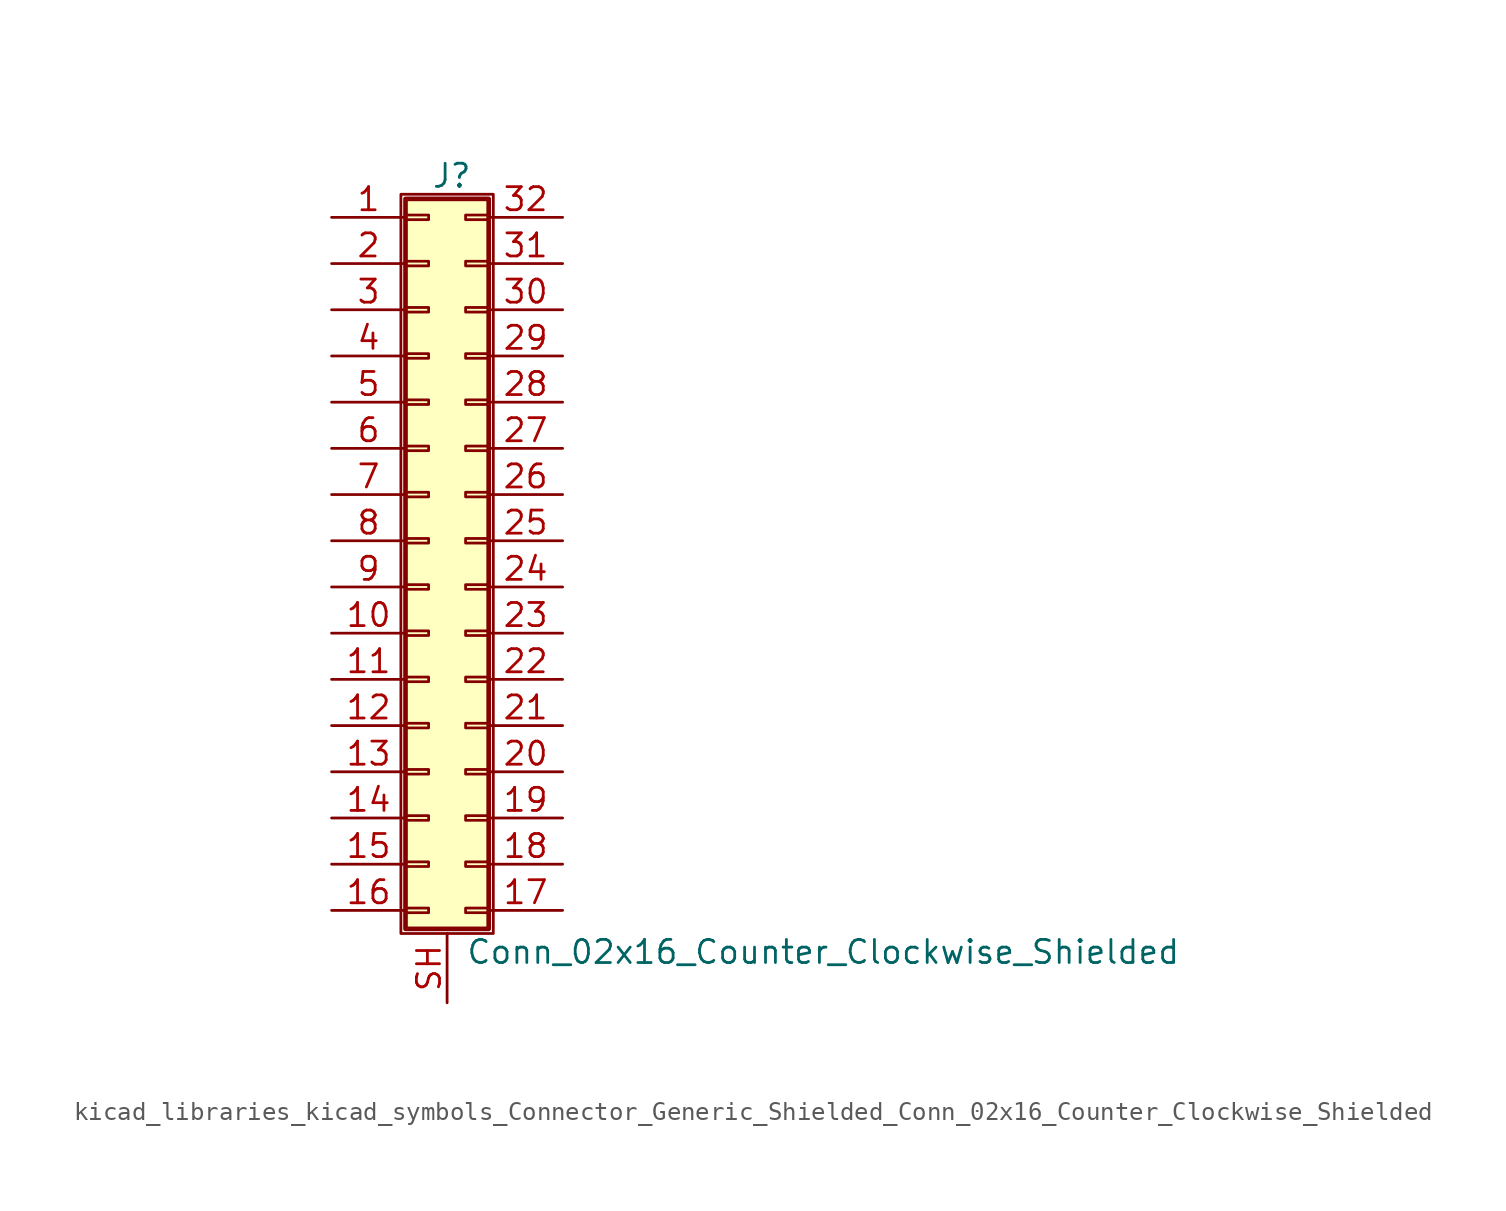
<source format=kicad_sym>
(kicad_symbol_lib
  (version 20220914)
  (generator kicad_symbol_editor)
  (symbol "kicad_libraries_kicad_symbols_Connector_Generic_Shielded_Conn_02x16_Counter_Clockwise_Shielded"
    (pin_names
      (offset 1.016) hide)
    (property "Reference" "J"
      (at 1.524 20.066 0)
      (effects (font (size 1.27 1.27))))
    (property "Value" "Conn_02x16_Counter_Clockwise_Shielded"
      (at 2.286 -22.606 0)
      (effects (font (size 1.27 1.27)) (justify left)))
    (symbol "kicad_libraries_kicad_symbols_Connector_Generic_Shielded_Conn_02x16_Counter_Clockwise_Shielded_1_1"
      (rectangle (start -1.27 19.05) (end 3.81 -21.59) (stroke (width 0.152) (type default)) (fill (type none)))
      (rectangle (start -1.016 -20.193) (end 0.254 -20.447) (stroke (width 0.152) (type default)) (fill (type none)))
      (rectangle (start -1.016 -17.653) (end 0.254 -17.907) (stroke (width 0.152) (type default)) (fill (type none)))
      (rectangle (start -1.016 -15.113) (end 0.254 -15.367) (stroke (width 0.152) (type default)) (fill (type none)))
      (rectangle (start -1.016 -12.573) (end 0.254 -12.827) (stroke (width 0.152) (type default)) (fill (type none)))
      (rectangle (start -1.016 -10.033) (end 0.254 -10.287) (stroke (width 0.152) (type default)) (fill (type none)))
      (rectangle (start -1.016 -7.493) (end 0.254 -7.747) (stroke (width 0.152) (type default)) (fill (type none)))
      (rectangle (start -1.016 -4.953) (end 0.254 -5.207) (stroke (width 0.152) (type default)) (fill (type none)))
      (rectangle (start -1.016 -2.413) (end 0.254 -2.667) (stroke (width 0.152) (type default)) (fill (type none)))
      (rectangle (start -1.016 0.127) (end 0.254 -0.127) (stroke (width 0.152) (type default)) (fill (type none)))
      (rectangle (start -1.016 2.667) (end 0.254 2.413) (stroke (width 0.152) (type default)) (fill (type none)))
      (rectangle (start -1.016 5.207) (end 0.254 4.953) (stroke (width 0.152) (type default)) (fill (type none)))
      (rectangle (start -1.016 7.747) (end 0.254 7.493) (stroke (width 0.152) (type default)) (fill (type none)))
      (rectangle (start -1.016 10.287) (end 0.254 10.033) (stroke (width 0.152) (type default)) (fill (type none)))
      (rectangle (start -1.016 12.827) (end 0.254 12.573) (stroke (width 0.152) (type default)) (fill (type none)))
      (rectangle (start -1.016 15.367) (end 0.254 15.113) (stroke (width 0.152) (type default)) (fill (type none)))
      (rectangle (start -1.016 17.907) (end 0.254 17.653) (stroke (width 0.152) (type default)) (fill (type none)))
      (rectangle (start -1.016 18.796) (end 3.556 -21.336) (stroke (width 0.254) (type default)) (fill (type background)))
      (rectangle (start 3.556 -20.193) (end 2.286 -20.447) (stroke (width 0.152) (type default)) (fill (type none)))
      (rectangle (start 3.556 -17.653) (end 2.286 -17.907) (stroke (width 0.152) (type default)) (fill (type none)))
      (rectangle (start 3.556 -15.113) (end 2.286 -15.367) (stroke (width 0.152) (type default)) (fill (type none)))
      (rectangle (start 3.556 -12.573) (end 2.286 -12.827) (stroke (width 0.152) (type default)) (fill (type none)))
      (rectangle (start 3.556 -10.033) (end 2.286 -10.287) (stroke (width 0.152) (type default)) (fill (type none)))
      (rectangle (start 3.556 -7.493) (end 2.286 -7.747) (stroke (width 0.152) (type default)) (fill (type none)))
      (rectangle (start 3.556 -4.953) (end 2.286 -5.207) (stroke (width 0.152) (type default)) (fill (type none)))
      (rectangle (start 3.556 -2.413) (end 2.286 -2.667) (stroke (width 0.152) (type default)) (fill (type none)))
      (rectangle (start 3.556 0.127) (end 2.286 -0.127) (stroke (width 0.152) (type default)) (fill (type none)))
      (rectangle (start 3.556 2.667) (end 2.286 2.413) (stroke (width 0.152) (type default)) (fill (type none)))
      (rectangle (start 3.556 5.207) (end 2.286 4.953) (stroke (width 0.152) (type default)) (fill (type none)))
      (rectangle (start 3.556 7.747) (end 2.286 7.493) (stroke (width 0.152) (type default)) (fill (type none)))
      (rectangle (start 3.556 10.287) (end 2.286 10.033) (stroke (width 0.152) (type default)) (fill (type none)))
      (rectangle (start 3.556 12.827) (end 2.286 12.573) (stroke (width 0.152) (type default)) (fill (type none)))
      (rectangle (start 3.556 15.367) (end 2.286 15.113) (stroke (width 0.152) (type default)) (fill (type none)))
      (rectangle (start 3.556 17.907) (end 2.286 17.653) (stroke (width 0.152) (type default)) (fill (type none)))
      (pin passive line (at -5.08 17.78 0) (length 4.064) (name "Pin_1" (effects (font (size 1.27 1.27)))) (number "1" (effects (font (size 1.27 1.27)))))
      (pin passive line (at -5.08 -5.08 0) (length 4.064) (name "Pin_10" (effects (font (size 1.27 1.27)))) (number "10" (effects (font (size 1.27 1.27)))))
      (pin passive line (at -5.08 -7.62 0) (length 4.064) (name "Pin_11" (effects (font (size 1.27 1.27)))) (number "11" (effects (font (size 1.27 1.27)))))
      (pin passive line (at -5.08 -10.16 0) (length 4.064) (name "Pin_12" (effects (font (size 1.27 1.27)))) (number "12" (effects (font (size 1.27 1.27)))))
      (pin passive line (at -5.08 -12.7 0) (length 4.064) (name "Pin_13" (effects (font (size 1.27 1.27)))) (number "13" (effects (font (size 1.27 1.27)))))
      (pin passive line (at -5.08 -15.24 0) (length 4.064) (name "Pin_14" (effects (font (size 1.27 1.27)))) (number "14" (effects (font (size 1.27 1.27)))))
      (pin passive line (at -5.08 -17.78 0) (length 4.064) (name "Pin_15" (effects (font (size 1.27 1.27)))) (number "15" (effects (font (size 1.27 1.27)))))
      (pin passive line (at -5.08 -20.32 0) (length 4.064) (name "Pin_16" (effects (font (size 1.27 1.27)))) (number "16" (effects (font (size 1.27 1.27)))))
      (pin passive line (at 7.62 -20.32 180) (length 4.064) (name "Pin_17" (effects (font (size 1.27 1.27)))) (number "17" (effects (font (size 1.27 1.27)))))
      (pin passive line (at 7.62 -17.78 180) (length 4.064) (name "Pin_18" (effects (font (size 1.27 1.27)))) (number "18" (effects (font (size 1.27 1.27)))))
      (pin passive line (at 7.62 -15.24 180) (length 4.064) (name "Pin_19" (effects (font (size 1.27 1.27)))) (number "19" (effects (font (size 1.27 1.27)))))
      (pin passive line (at -5.08 15.24 0) (length 4.064) (name "Pin_2" (effects (font (size 1.27 1.27)))) (number "2" (effects (font (size 1.27 1.27)))))
      (pin passive line (at 7.62 -12.7 180) (length 4.064) (name "Pin_20" (effects (font (size 1.27 1.27)))) (number "20" (effects (font (size 1.27 1.27)))))
      (pin passive line (at 7.62 -10.16 180) (length 4.064) (name "Pin_21" (effects (font (size 1.27 1.27)))) (number "21" (effects (font (size 1.27 1.27)))))
      (pin passive line (at 7.62 -7.62 180) (length 4.064) (name "Pin_22" (effects (font (size 1.27 1.27)))) (number "22" (effects (font (size 1.27 1.27)))))
      (pin passive line (at 7.62 -5.08 180) (length 4.064) (name "Pin_23" (effects (font (size 1.27 1.27)))) (number "23" (effects (font (size 1.27 1.27)))))
      (pin passive line (at 7.62 -2.54 180) (length 4.064) (name "Pin_24" (effects (font (size 1.27 1.27)))) (number "24" (effects (font (size 1.27 1.27)))))
      (pin passive line (at 7.62 0 180) (length 4.064) (name "Pin_25" (effects (font (size 1.27 1.27)))) (number "25" (effects (font (size 1.27 1.27)))))
      (pin passive line (at 7.62 2.54 180) (length 4.064) (name "Pin_26" (effects (font (size 1.27 1.27)))) (number "26" (effects (font (size 1.27 1.27)))))
      (pin passive line (at 7.62 5.08 180) (length 4.064) (name "Pin_27" (effects (font (size 1.27 1.27)))) (number "27" (effects (font (size 1.27 1.27)))))
      (pin passive line (at 7.62 7.62 180) (length 4.064) (name "Pin_28" (effects (font (size 1.27 1.27)))) (number "28" (effects (font (size 1.27 1.27)))))
      (pin passive line (at 7.62 10.16 180) (length 4.064) (name "Pin_29" (effects (font (size 1.27 1.27)))) (number "29" (effects (font (size 1.27 1.27)))))
      (pin passive line (at -5.08 12.7 0) (length 4.064) (name "Pin_3" (effects (font (size 1.27 1.27)))) (number "3" (effects (font (size 1.27 1.27)))))
      (pin passive line (at 7.62 12.7 180) (length 4.064) (name "Pin_30" (effects (font (size 1.27 1.27)))) (number "30" (effects (font (size 1.27 1.27)))))
      (pin passive line (at 7.62 15.24 180) (length 4.064) (name "Pin_31" (effects (font (size 1.27 1.27)))) (number "31" (effects (font (size 1.27 1.27)))))
      (pin passive line (at 7.62 17.78 180) (length 4.064) (name "Pin_32" (effects (font (size 1.27 1.27)))) (number "32" (effects (font (size 1.27 1.27)))))
      (pin passive line (at -5.08 10.16 0) (length 4.064) (name "Pin_4" (effects (font (size 1.27 1.27)))) (number "4" (effects (font (size 1.27 1.27)))))
      (pin passive line (at -5.08 7.62 0) (length 4.064) (name "Pin_5" (effects (font (size 1.27 1.27)))) (number "5" (effects (font (size 1.27 1.27)))))
      (pin passive line (at -5.08 5.08 0) (length 4.064) (name "Pin_6" (effects (font (size 1.27 1.27)))) (number "6" (effects (font (size 1.27 1.27)))))
      (pin passive line (at -5.08 2.54 0) (length 4.064) (name "Pin_7" (effects (font (size 1.27 1.27)))) (number "7" (effects (font (size 1.27 1.27)))))
      (pin passive line (at -5.08 0 0) (length 4.064) (name "Pin_8" (effects (font (size 1.27 1.27)))) (number "8" (effects (font (size 1.27 1.27)))))
      (pin passive line (at -5.08 -2.54 0) (length 4.064) (name "Pin_9" (effects (font (size 1.27 1.27)))) (number "9" (effects (font (size 1.27 1.27)))))
      (pin passive line (at 1.27 -25.4 90) (length 3.81) (name "Shield" (effects (font (size 1.27 1.27)))) (number "SH" (effects (font (size 1.27 1.27))))))))
</source>
